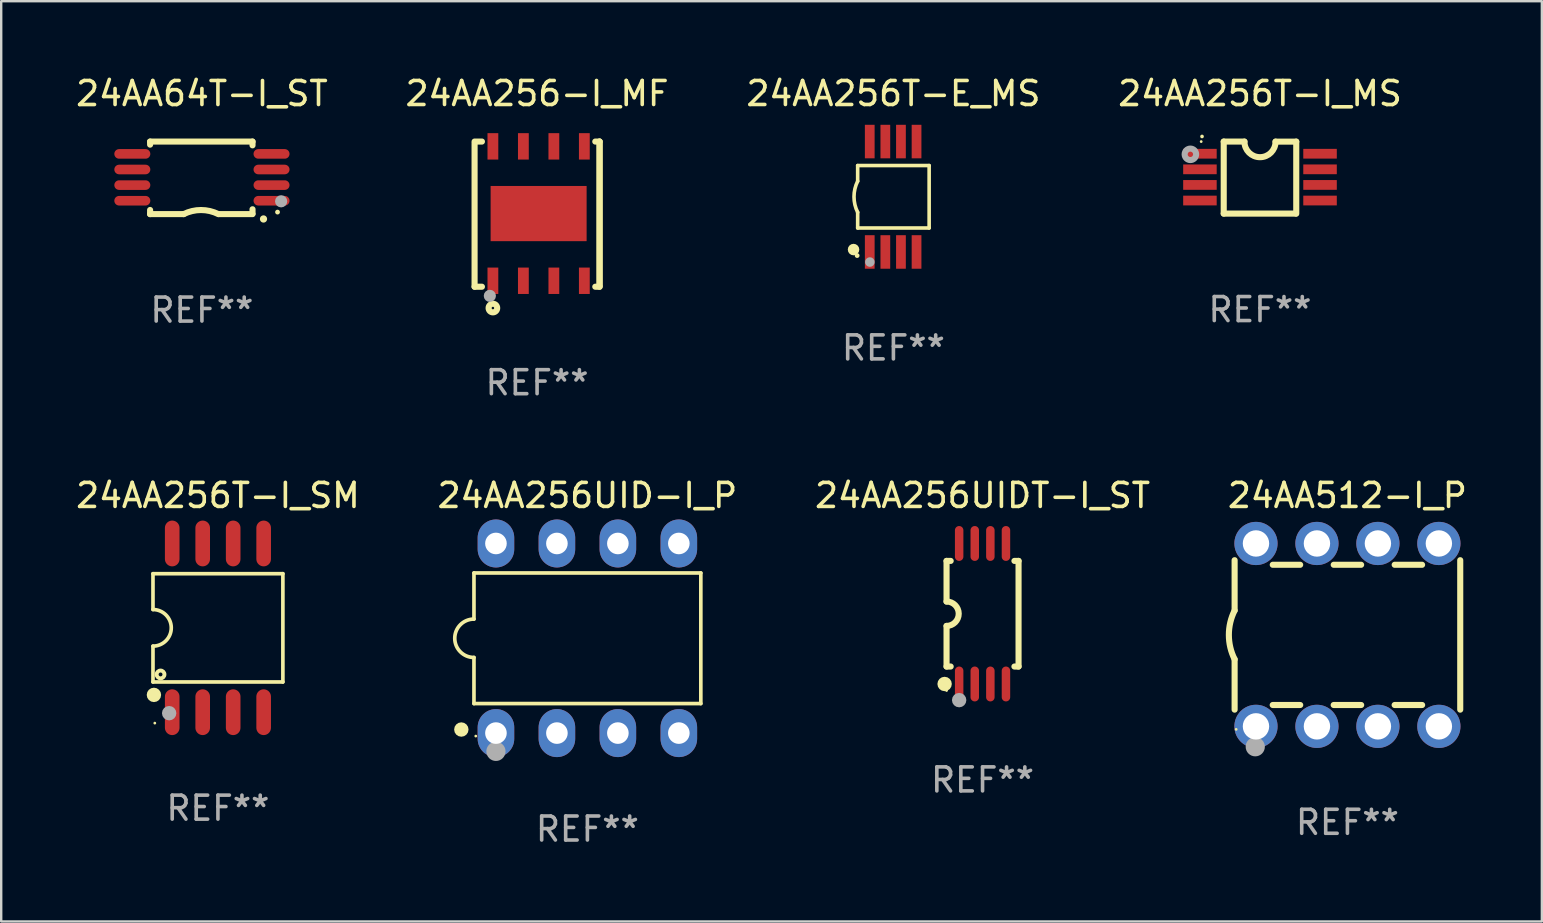
<source format=kicad_pcb>
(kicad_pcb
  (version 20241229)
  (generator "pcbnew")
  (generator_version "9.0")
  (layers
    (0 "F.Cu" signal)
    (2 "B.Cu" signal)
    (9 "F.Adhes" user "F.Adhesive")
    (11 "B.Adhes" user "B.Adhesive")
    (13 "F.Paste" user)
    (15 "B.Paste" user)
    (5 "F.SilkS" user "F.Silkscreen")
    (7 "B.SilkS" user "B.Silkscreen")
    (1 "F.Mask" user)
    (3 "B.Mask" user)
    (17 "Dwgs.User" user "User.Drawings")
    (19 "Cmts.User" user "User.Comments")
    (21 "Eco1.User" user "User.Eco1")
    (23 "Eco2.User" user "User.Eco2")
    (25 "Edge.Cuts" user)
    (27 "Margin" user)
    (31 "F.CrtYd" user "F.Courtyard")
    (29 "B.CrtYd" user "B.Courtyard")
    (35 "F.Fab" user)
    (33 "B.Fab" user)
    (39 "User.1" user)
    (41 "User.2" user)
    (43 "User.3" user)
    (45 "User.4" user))
  (footprint "24AA256T-E_MS"
    (layer "F.Cu")
    (at 34.173 5.148)
    (property "Reference" "24AA256T-E_MS" (at 0 -4.3 0) (layer "F.SilkS") (effects (font (size 1 1) (thickness 0.15))))
    (attr through_hole)
    (fp_line (start -1.489 -1.3) (end -1.489 -0.648) (stroke (width 0.15) (type solid)) (layer "F.SilkS"))
    (fp_line (start -1.489 0.648) (end -1.489 1.3) (stroke (width 0.15) (type solid)) (layer "F.SilkS"))
    (fp_line (start -1.489 1.3) (end 1.489 1.3) (stroke (width 0.15) (type solid)) (layer "F.SilkS"))
    (fp_line (start 1.489 -1.3) (end -1.489 -1.3) (stroke (width 0.15) (type solid)) (layer "F.SilkS"))
    (fp_line (start 1.489 1.3) (end 1.489 -1.3) (stroke (width 0.15) (type solid)) (layer "F.SilkS"))
    (fp_arc (start -1.489205 0.647702) (mid -1.642107 0) (end -1.489205 -0.647701) (stroke (width 0.150013) (type solid)) (layer "F.SilkS"))
    (fp_circle (center -1.661 2.2) (end -1.541 2.2) (stroke (width 0.24) (type solid)) (fill no) (layer "F.SilkS"))
    (fp_circle (center -1.511 2.45) (end -1.461 2.45) (stroke (width 0.1) (type solid)) (fill no) (layer "F.SilkS"))
    (fp_circle (center -0.981 2.72) (end -0.881 2.72) (stroke (width 0.2) (type solid)) (fill no) (layer "F.Fab"))
    (fp_text user "REF**" (at 0 6.3 0) (layer "F.Fab") (effects (font (size 1 1) (thickness 0.15))))
    (pad "1" smd rect (at -0.986 2.3) (size 0.406 1.397) (layers "F.Cu" "F.Mask" "F.Paste"))
    (pad "2" smd rect (at -0.336 2.3) (size 0.406 1.397) (layers "F.Cu" "F.Mask" "F.Paste"))
    (pad "3" smd rect (at 0.314 2.3) (size 0.406 1.397) (layers "F.Cu" "F.Mask" "F.Paste"))
    (pad "4" smd rect (at 0.964 2.3) (size 0.406 1.397) (layers "F.Cu" "F.Mask" "F.Paste"))
    (pad "5" smd rect (at 0.964 -2.3) (size 0.406 1.397) (layers "F.Cu" "F.Mask" "F.Paste"))
    (pad "6" smd rect (at 0.314 -2.3) (size 0.406 1.397) (layers "F.Cu" "F.Mask" "F.Paste"))
    (pad "7" smd rect (at -0.336 -2.3) (size 0.406 1.397) (layers "F.Cu" "F.Mask" "F.Paste"))
    (pad "8" smd rect (at -0.986 -2.3) (size 0.406 1.397) (layers "F.Cu" "F.Mask" "F.Paste")))
  (footprint "24AA256T-I_SM"
    (layer "F.Cu")
    (at 6.03 23.108)
    (property "Reference" "24AA256T-I_SM" (at 0 -5.515 0) (layer "F.SilkS") (effects (font (size 1 1) (thickness 0.15))))
    (attr through_hole)
    (fp_line (start -2.706 -2.256) (end 2.706 -2.256) (stroke (width 0.152) (type solid)) (layer "F.SilkS"))
    (fp_line (start -2.706 -0.762) (end -2.706 -2.256) (stroke (width 0.152) (type solid)) (layer "F.SilkS"))
    (fp_line (start -2.706 0.762) (end -2.706 2.256) (stroke (width 0.152) (type solid)) (layer "F.SilkS"))
    (fp_line (start 2.706 -2.256) (end 2.706 2.256) (stroke (width 0.152) (type solid)) (layer "F.SilkS"))
    (fp_line (start 2.706 2.256) (end -2.706 2.256) (stroke (width 0.152) (type solid)) (layer "F.SilkS"))
    (fp_arc (start -2.706198 -0.762002) (mid -1.944196 0) (end -2.706198 0.762002) (stroke (width 0.151994) (type solid)) (layer "F.SilkS"))
    (fp_circle (center -2.667 2.794) (end -2.517 2.794) (stroke (width 0.3) (type solid)) (fill no) (layer "F.SilkS"))
    (fp_circle (center -2.63 3.97) (end -2.6 3.97) (stroke (width 0.06) (type solid)) (fill no) (layer "F.SilkS"))
    (fp_circle (center -2.391 1.942) (end -2.31 1.942) (stroke (width 0.163) (type solid)) (fill no) (layer "F.SilkS"))
    (fp_circle (center -2.032 3.556) (end -1.882 3.556) (stroke (width 0.3) (type solid)) (fill no) (layer "F.Fab"))
    (fp_text user "REF**" (at 0 7.515 0) (layer "F.Fab") (effects (font (size 1 1) (thickness 0.15))))
    (pad "1" smd oval (at -1.905 3.515) (size 0.609 1.907) (layers "F.Cu" "F.Mask" "F.Paste"))
    (pad "2" smd oval (at -0.635 3.515) (size 0.609 1.907) (layers "F.Cu" "F.Mask" "F.Paste"))
    (pad "3" smd oval (at 0.635 3.515) (size 0.609 1.907) (layers "F.Cu" "F.Mask" "F.Paste"))
    (pad "4" smd oval (at 1.905 3.515) (size 0.609 1.907) (layers "F.Cu" "F.Mask" "F.Paste"))
    (pad "5" smd oval (at 1.905 -3.515) (size 0.609 1.907) (layers "F.Cu" "F.Mask" "F.Paste"))
    (pad "6" smd oval (at 0.635 -3.515) (size 0.609 1.907) (layers "F.Cu" "F.Mask" "F.Paste"))
    (pad "7" smd oval (at -0.635 -3.515) (size 0.609 1.907) (layers "F.Cu" "F.Mask" "F.Paste"))
    (pad "8" smd oval (at -1.905 -3.515) (size 0.609 1.907) (layers "F.Cu" "F.Mask" "F.Paste")))
  (footprint "24AA256-I_MF"
    (layer "F.Cu")
    (at 19.327 5.872)
    (property "Reference" "24AA256-I_MF" (at 0 -5.024 0) (layer "F.SilkS") (effects (font (size 1 1) (thickness 0.15))))
    (attr through_hole)
    (fp_line (start -2.604 -2.945) (end -2.604 3.024) (stroke (width 0.254) (type solid)) (layer "F.SilkS"))
    (fp_line (start -2.604 3.024) (end -2.298 3.024) (stroke (width 0.254) (type solid)) (layer "F.SilkS"))
    (fp_line (start -2.298 -3.024) (end -2.604 -3.024) (stroke (width 0.254) (type solid)) (layer "F.SilkS"))
    (fp_line (start 2.425 3.024) (end 2.604 3.024) (stroke (width 0.254) (type solid)) (layer "F.SilkS"))
    (fp_line (start 2.604 -3.024) (end 2.425 -3.024) (stroke (width 0.254) (type solid)) (layer "F.SilkS"))
    (fp_line (start 2.604 -3.024) (end 2.604 2.976) (stroke (width 0.254) (type solid)) (layer "F.SilkS"))
    (fp_line (start 2.604 3.024) (end 2.604 -3.024) (stroke (width 0.254) (type solid)) (layer "F.SilkS"))
    (fp_circle (center -2.436 2.976) (end -2.406 2.976) (stroke (width 0.06) (type solid)) (fill no) (layer "F.SilkS"))
    (fp_circle (center -1.841 3.913) (end -1.662 3.913) (stroke (width 0.254) (type solid)) (fill no) (layer "F.SilkS"))
    (fp_circle (center -1.968 3.405) (end -1.841 3.405) (stroke (width 0.254) (type solid)) (fill no) (layer "F.Fab"))
    (fp_text user "REF**" (at 0 7.024 0) (layer "F.Fab") (effects (font (size 1 1) (thickness 0.15))))
    (pad "1" smd rect (at -1.841 2.776) (size 0.45 1.1) (layers "F.Cu" "F.Mask" "F.Paste"))
    (pad "2" smd rect (at -0.571 2.776) (size 0.45 1.1) (layers "F.Cu" "F.Mask" "F.Paste"))
    (pad "3" smd rect (at 0.699 2.776) (size 0.45 1.1) (layers "F.Cu" "F.Mask" "F.Paste"))
    (pad "4" smd rect (at 1.969 2.776) (size 0.45 1.1) (layers "F.Cu" "F.Mask" "F.Paste"))
    (pad "5" smd rect (at 1.969 -2.824) (size 0.45 1.1) (layers "F.Cu" "F.Mask" "F.Paste"))
    (pad "6" smd rect (at 0.699 -2.824) (size 0.45 1.1) (layers "F.Cu" "F.Mask" "F.Paste"))
    (pad "7" smd rect (at -0.571 -2.824) (size 0.45 1.1) (layers "F.Cu" "F.Mask" "F.Paste"))
    (pad "8" smd rect (at -1.841 -2.824) (size 0.45 1.1) (layers "F.Cu" "F.Mask" "F.Paste"))
    (pad "9" smd rect (at 0.064 -0.024) (size 4 2.3) (layers "F.Cu" "F.Mask" "F.Paste")))
  (footprint "24AA256T-I_MS"
    (layer "F.Cu")
    (at 49.446 4.35)
    (property "Reference" "24AA256T-I_MS" (at 0 -3.501 0) (layer "F.SilkS") (effects (font (size 1 1) (thickness 0.15))))
    (attr through_hole)
    (fp_line (start -1.511 -1.501) (end -1.511 1.499) (stroke (width 0.254) (type solid)) (layer "F.SilkS"))
    (fp_line (start -1.511 -1.501) (end -0.648 -1.501) (stroke (width 0.254) (type solid)) (layer "F.SilkS"))
    (fp_line (start -1.511 1.499) (end 1.489 1.499) (stroke (width 0.254) (type solid)) (layer "F.SilkS"))
    (fp_line (start 0.648 -1.499) (end 1.511 -1.499) (stroke (width 0.254) (type solid)) (layer "F.SilkS"))
    (fp_line (start 1.511 -1.499) (end 1.511 1.501) (stroke (width 0.254) (type solid)) (layer "F.SilkS"))
    (fp_arc (start -2.41491 -1.713233) (mid -2.414916 -1.714503) (end -2.41491 -1.715773) (stroke (width 0.150013) (type solid)) (layer "F.SilkS"))
    (fp_arc (start 0.647803 -1.498603) (mid 0.000102 -0.850902) (end -0.647599 -1.498603) (stroke (width 0.254001) (type solid)) (layer "F.SilkS"))
    (fp_circle (center -2.45 -1.501) (end -2.42 -1.501) (stroke (width 0.06) (type solid)) (fill no) (layer "F.SilkS"))
    (fp_circle (center -2.9 -0.97) (end -2.788 -0.97) (stroke (width 0.254) (type solid)) (fill no) (layer "F.Fab"))
    (fp_text user "REF**" (at 0 5.501 0) (layer "F.Fab") (effects (font (size 1 1) (thickness 0.15))))
    (pad "1" smd rect (at -2.502 -0.995) (size 1.397 0.406) (layers "F.Cu" "F.Mask" "F.Paste"))
    (pad "2" smd rect (at -2.502 -0.345) (size 1.397 0.406) (layers "F.Cu" "F.Mask" "F.Paste"))
    (pad "3" smd rect (at -2.502 0.305) (size 1.397 0.406) (layers "F.Cu" "F.Mask" "F.Paste"))
    (pad "4" smd rect (at -2.502 0.955) (size 1.397 0.406) (layers "F.Cu" "F.Mask" "F.Paste"))
    (pad "5" smd rect (at 2.502 0.955) (size 1.397 0.406) (layers "F.Cu" "F.Mask" "F.Paste"))
    (pad "6" smd rect (at 2.502 0.305) (size 1.397 0.406) (layers "F.Cu" "F.Mask" "F.Paste"))
    (pad "7" smd rect (at 2.502 -0.345) (size 1.397 0.406) (layers "F.Cu" "F.Mask" "F.Paste"))
    (pad "8" smd rect (at 2.502 -0.995) (size 1.397 0.406) (layers "F.Cu" "F.Mask" "F.Paste")))
  (footprint "24AA256UIDT-I_ST"
    (layer "F.Cu")
    (at 37.887 22.52)
    (property "Reference" "24AA256UIDT-I_ST" (at 0 -4.927 0) (layer "F.SilkS") (effects (font (size 1 1) (thickness 0.15))))
    (attr through_hole)
    (fp_line (start -1.5 -2.2) (end -1.5 -0.508) (stroke (width 0.254) (type solid)) (layer "F.SilkS"))
    (fp_line (start -1.5 -2.2) (end -1.328 -2.2) (stroke (width 0.254) (type solid)) (layer "F.SilkS"))
    (fp_line (start -1.5 2.2) (end -1.5 0.508) (stroke (width 0.254) (type solid)) (layer "F.SilkS"))
    (fp_line (start -1.5 2.2) (end -1.328 2.2) (stroke (width 0.254) (type solid)) (layer "F.SilkS"))
    (fp_line (start 1.328 -2.2) (end 1.5 -2.2) (stroke (width 0.254) (type solid)) (layer "F.SilkS"))
    (fp_line (start 1.328 2.2) (end 1.5 2.2) (stroke (width 0.254) (type solid)) (layer "F.SilkS"))
    (fp_line (start 1.5 -2.2) (end 1.5 2.2) (stroke (width 0.254) (type solid)) (layer "F.SilkS"))
    (fp_arc (start -1.501144 -0.508) (mid -0.993143 -0.000571) (end -1.5 0.508001) (stroke (width 0.254001) (type solid)) (layer "F.SilkS"))
    (fp_circle (center -1.581 2.927) (end -1.431 2.927) (stroke (width 0.3) (type solid)) (fill no) (layer "F.SilkS"))
    (fp_circle (center -1.5 3.2) (end -1.47 3.2) (stroke (width 0.06) (type solid)) (fill no) (layer "F.SilkS"))
    (fp_circle (center -0.975 3.6) (end -0.825 3.6) (stroke (width 0.3) (type solid)) (fill no) (layer "F.Fab"))
    (fp_text user "REF**" (at 0 6.927 0) (layer "F.Fab") (effects (font (size 1 1) (thickness 0.15))))
    (pad "1" smd oval (at -0.975 2.927) (size 0.353 1.454) (layers "F.Cu" "F.Mask" "F.Paste"))
    (pad "2" smd oval (at -0.325 2.927) (size 0.353 1.454) (layers "F.Cu" "F.Mask" "F.Paste"))
    (pad "3" smd oval (at 0.325 2.927) (size 0.353 1.454) (layers "F.Cu" "F.Mask" "F.Paste"))
    (pad "4" smd oval (at 0.975 2.927) (size 0.353 1.454) (layers "F.Cu" "F.Mask" "F.Paste"))
    (pad "5" smd oval (at 0.975 -2.927) (size 0.353 1.454) (layers "F.Cu" "F.Mask" "F.Paste"))
    (pad "6" smd oval (at 0.325 -2.927) (size 0.353 1.454) (layers "F.Cu" "F.Mask" "F.Paste"))
    (pad "7" smd oval (at -0.325 -2.927) (size 0.353 1.454) (layers "F.Cu" "F.Mask" "F.Paste"))
    (pad "8" smd oval (at -0.975 -2.927) (size 0.353 1.454) (layers "F.Cu" "F.Mask" "F.Paste")))
  (footprint "24AA256UID-I_P"
    (layer "F.Cu")
    (at 21.423 23.543)
    (property "Reference" "24AA256UID-I_P" (at 0 -5.95 0) (layer "F.SilkS") (effects (font (size 1 1) (thickness 0.15))))
    (attr through_hole)
    (fp_line (start -4.726 -2.721) (end -4.726 -0.8) (stroke (width 0.152) (type solid)) (layer "F.SilkS"))
    (fp_line (start -4.726 0.8) (end -4.726 2.721) (stroke (width 0.152) (type solid)) (layer "F.SilkS"))
    (fp_line (start -4.726 2.721) (end 4.726 2.721) (stroke (width 0.152) (type solid)) (layer "F.SilkS"))
    (fp_line (start 4.726 -2.721) (end -4.726 -2.721) (stroke (width 0.152) (type solid)) (layer "F.SilkS"))
    (fp_line (start 4.726 2.721) (end 4.726 -2.721) (stroke (width 0.152) (type solid)) (layer "F.SilkS"))
    (fp_arc (start -4.726213 0.8) (mid -5.526213 0) (end -4.726213 -0.8) (stroke (width 0.1524) (type solid)) (layer "F.SilkS"))
    (fp_circle (center -5.252 3.802) (end -5.102 3.802) (stroke (width 0.3) (type solid)) (fill no) (layer "F.SilkS"))
    (fp_circle (center -4.65 4.075) (end -4.62 4.075) (stroke (width 0.06) (type solid)) (fill no) (layer "F.SilkS"))
    (fp_circle (center -3.81 4.712) (end -3.61 4.712) (stroke (width 0.4) (type solid)) (fill no) (layer "F.Fab"))
    (fp_text user "REF**" (at 0 7.95 0) (layer "F.Fab") (effects (font (size 1 1) (thickness 0.15))))
    (pad "1" thru_hole oval (at -3.81 3.95) (size 1.524 2) (drill 0.9) (layers "*.Cu" "*.Mask"))
    (pad "2" thru_hole oval (at -1.27 3.95) (size 1.524 2) (drill 0.9) (layers "*.Cu" "*.Mask"))
    (pad "3" thru_hole oval (at 1.27 3.95) (size 1.524 2) (drill 0.9) (layers "*.Cu" "*.Mask"))
    (pad "4" thru_hole oval (at 3.81 3.95) (size 1.524 2) (drill 0.9) (layers "*.Cu" "*.Mask"))
    (pad "5" thru_hole oval (at 3.81 -3.95) (size 1.524 2) (drill 0.9) (layers "*.Cu" "*.Mask"))
    (pad "6" thru_hole oval (at 1.27 -3.95) (size 1.524 2) (drill 0.9) (layers "*.Cu" "*.Mask"))
    (pad "7" thru_hole oval (at -1.27 -3.95) (size 1.524 2) (drill 0.9) (layers "*.Cu" "*.Mask"))
    (pad "8" thru_hole oval (at -3.81 -3.95) (size 1.524 2) (drill 0.9) (layers "*.Cu" "*.Mask")))
  (footprint "24AA64T-I_ST"
    (layer "F.Cu")
    (at 5.363 4.36)
    (property "Reference" "24AA64T-I_ST" (at 0 -3.511 0) (layer "F.SilkS") (effects (font (size 1 1) (thickness 0.15))))
    (attr through_hole)
    (fp_line (start -2.159 -1.511) (end 2.108 -1.511) (stroke (width 0.254) (type solid)) (layer "F.SilkS"))
    (fp_line (start -2.159 -1.384) (end -2.159 -1.511) (stroke (width 0.254) (type solid)) (layer "F.SilkS"))
    (fp_line (start -2.159 1.511) (end -2.159 1.339) (stroke (width 0.254) (type solid)) (layer "F.SilkS"))
    (fp_line (start -0.762 1.511) (end -2.159 1.511) (stroke (width 0.254) (type solid)) (layer "F.SilkS"))
    (fp_line (start 2.108 -1.511) (end 2.108 -1.355) (stroke (width 0.254) (type solid)) (layer "F.SilkS"))
    (fp_line (start 2.108 1.309) (end 2.108 1.486) (stroke (width 0.254) (type solid)) (layer "F.SilkS"))
    (fp_line (start 2.108 1.511) (end 0.711 1.511) (stroke (width 0.254) (type solid)) (layer "F.SilkS"))
    (fp_arc (start -0.762002 1.511303) (mid -0.0381 1.340413) (end 0.685801 1.511303) (stroke (width 0.254001) (type solid)) (layer "F.SilkS"))
    (fp_arc (start 2.565405 1.714503) (mid 2.5654 1.713233) (end 2.565405 1.711963) (stroke (width 0.3) (type solid)) (layer "F.SilkS"))
    (fp_circle (center 3.15 1.427) (end 3.2 1.427) (stroke (width 0.1) (type solid)) (fill no) (layer "F.SilkS"))
    (fp_circle (center 3.3 0.977) (end 3.427 0.977) (stroke (width 0.254) (type solid)) (fill no) (layer "F.Fab"))
    (fp_text user "REF**" (at 0 5.511 0) (layer "F.Fab") (effects (font (size 1 1) (thickness 0.15))))
    (pad "1" smd oval (at 2.9 0.953 270) (size 0.4 1.5) (layers "F.Cu" "F.Mask" "F.Paste"))
    (pad "2" smd oval (at 2.9 0.302 270) (size 0.4 1.5) (layers "F.Cu" "F.Mask" "F.Paste"))
    (pad "3" smd oval (at 2.9 -0.348 270) (size 0.4 1.5) (layers "F.Cu" "F.Mask" "F.Paste"))
    (pad "4" smd oval (at 2.9 -0.998 270) (size 0.4 1.5) (layers "F.Cu" "F.Mask" "F.Paste"))
    (pad "5" smd oval (at -2.9 -0.998 270) (size 0.4 1.5) (layers "F.Cu" "F.Mask" "F.Paste"))
    (pad "6" smd oval (at -2.9 -0.348 270) (size 0.4 1.5) (layers "F.Cu" "F.Mask" "F.Paste"))
    (pad "7" smd oval (at -2.9 0.302 270) (size 0.4 1.5) (layers "F.Cu" "F.Mask" "F.Paste"))
    (pad "8" smd oval (at -2.9 0.953 270) (size 0.4 1.5) (layers "F.Cu" "F.Mask" "F.Paste")))
  (footprint "24AA512-I_P"
    (layer "F.Cu")
    (at 53.089 23.403)
    (property "Reference" "24AA512-I_P" (at 0 -5.81 0) (layer "F.SilkS") (effects (font (size 1 1) (thickness 0.15))))
    (attr through_hole)
    (fp_line (start -4.7 -1.017) (end -4.7 -3.113) (stroke (width 0.254) (type solid)) (layer "F.SilkS"))
    (fp_line (start -4.7 1.015) (end -4.7 3.113) (stroke (width 0.254) (type solid)) (layer "F.SilkS"))
    (fp_line (start -3.113 2.92) (end -1.967 2.92) (stroke (width 0.254) (type solid)) (layer "F.SilkS"))
    (fp_line (start -3.111 -2.922) (end -1.969 -2.922) (stroke (width 0.254) (type solid)) (layer "F.SilkS"))
    (fp_line (start -0.573 2.92) (end 0.573 2.92) (stroke (width 0.254) (type solid)) (layer "F.SilkS"))
    (fp_line (start -0.571 -2.922) (end 0.571 -2.922) (stroke (width 0.254) (type solid)) (layer "F.SilkS"))
    (fp_line (start 1.967 2.92) (end 3.113 2.92) (stroke (width 0.254) (type solid)) (layer "F.SilkS"))
    (fp_line (start 1.969 -2.922) (end 3.111 -2.922) (stroke (width 0.254) (type solid)) (layer "F.SilkS"))
    (fp_line (start 4.7 -3.113) (end 4.7 3.113) (stroke (width 0.254) (type solid)) (layer "F.SilkS"))
    (fp_arc (start -4.7 1.01524) (mid -4.939846 -0.000762) (end -4.7 -1.016764) (stroke (width 0.254001) (type solid)) (layer "F.SilkS"))
    (fp_circle (center -4.636 3.935) (end -4.606 3.935) (stroke (width 0.06) (type solid)) (fill no) (layer "F.SilkS"))
    (fp_circle (center -3.84 4.66) (end -3.64 4.66) (stroke (width 0.4) (type solid)) (fill no) (layer "F.Fab"))
    (fp_text user "REF**" (at 0 7.81 0) (layer "F.Fab") (effects (font (size 1 1) (thickness 0.15))))
    (pad "1" thru_hole circle (at -3.81 3.81) (size 1.8 1.8) (drill 1.1) (layers "*.Cu" "*.Mask"))
    (pad "2" thru_hole circle (at -1.27 3.81) (size 1.8 1.8) (drill 1.1) (layers "*.Cu" "*.Mask"))
    (pad "3" thru_hole circle (at 1.27 3.81) (size 1.8 1.8) (drill 1.1) (layers "*.Cu" "*.Mask"))
    (pad "4" thru_hole circle (at 3.81 3.81) (size 1.8 1.8) (drill 1.1) (layers "*.Cu" "*.Mask"))
    (pad "5" thru_hole circle (at 3.81 -3.81) (size 1.8 1.8) (drill 1.1) (layers "*.Cu" "*.Mask"))
    (pad "6" thru_hole circle (at 1.27 -3.81) (size 1.8 1.8) (drill 1.1) (layers "*.Cu" "*.Mask"))
    (pad "7" thru_hole circle (at -1.27 -3.81) (size 1.8 1.8) (drill 1.1) (layers "*.Cu" "*.Mask"))
    (pad "8" thru_hole circle (at -3.81 -3.81) (size 1.8 1.8) (drill 1.1) (layers "*.Cu" "*.Mask")))
  (gr_rect
    (start -3 -3)
    (end 61.19 35.341)
    (stroke (width 0.1) (type default))
    (fill no)
    (layer "Edge.Cuts")))
</source>
